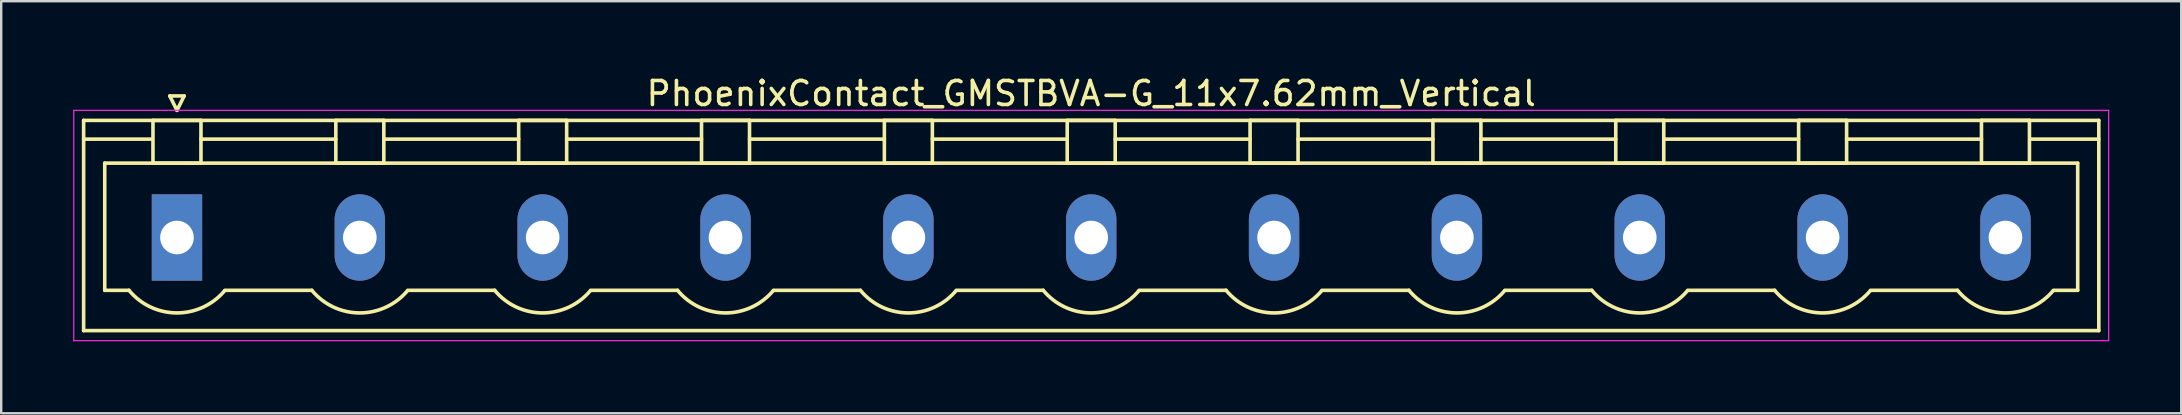
<source format=kicad_pcb>
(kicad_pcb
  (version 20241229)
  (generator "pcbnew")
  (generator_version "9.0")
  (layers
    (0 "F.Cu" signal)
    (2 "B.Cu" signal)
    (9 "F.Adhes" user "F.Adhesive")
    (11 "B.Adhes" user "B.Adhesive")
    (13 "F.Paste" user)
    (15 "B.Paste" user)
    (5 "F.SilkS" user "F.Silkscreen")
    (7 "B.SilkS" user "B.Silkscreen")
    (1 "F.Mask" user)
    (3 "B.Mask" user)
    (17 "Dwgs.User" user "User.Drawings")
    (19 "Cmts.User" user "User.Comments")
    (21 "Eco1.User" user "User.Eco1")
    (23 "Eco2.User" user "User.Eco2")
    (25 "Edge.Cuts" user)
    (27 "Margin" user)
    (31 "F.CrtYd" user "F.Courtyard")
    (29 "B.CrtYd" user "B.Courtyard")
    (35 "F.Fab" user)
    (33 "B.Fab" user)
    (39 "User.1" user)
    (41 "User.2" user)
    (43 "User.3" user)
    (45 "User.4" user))
  (footprint "PhoenixContact_GMSTBVA-G_11x7.62mm_Vertical"
    (layer "F.Cu")
    (at 4.325 6.848)
    (property "Reference" "PhoenixContact_GMSTBVA-G_11x7.62mm_Vertical" (at 38.1 -6 0) (layer "F.SilkS") (effects (font (size 1 1) (thickness 0.15))))
    (attr through_hole)
    (fp_line (start -3.89 -4.88) (end -3.89 3.88) (stroke (width 0.15) (type solid)) (layer "F.SilkS"))
    (fp_line (start -3.89 -4.1) (end -1.08 -4.1) (stroke (width 0.15) (type solid)) (layer "F.SilkS"))
    (fp_line (start -3.89 3.88) (end 80.09 3.88) (stroke (width 0.15) (type solid)) (layer "F.SilkS"))
    (fp_line (start -3.01 -3.1) (end 79.21 -3.1) (stroke (width 0.15) (type solid)) (layer "F.SilkS"))
    (fp_line (start -3.01 2.2) (end -3.01 -3.1) (stroke (width 0.15) (type solid)) (layer "F.SilkS"))
    (fp_line (start -2 2.2) (end -3.01 2.2) (stroke (width 0.15) (type solid)) (layer "F.SilkS"))
    (fp_line (start -1 -4.88) (end 1 -4.88) (stroke (width 0.15) (type solid)) (layer "F.SilkS"))
    (fp_line (start -1 -3.1) (end -1 -4.88) (stroke (width 0.15) (type solid)) (layer "F.SilkS"))
    (fp_line (start -0.3 -5.9) (end 0 -5.3) (stroke (width 0.15) (type solid)) (layer "F.SilkS"))
    (fp_line (start 0 -5.3) (end 0.3 -5.9) (stroke (width 0.15) (type solid)) (layer "F.SilkS"))
    (fp_line (start 0.3 -5.9) (end -0.3 -5.9) (stroke (width 0.15) (type solid)) (layer "F.SilkS"))
    (fp_line (start 1 -4.88) (end 1 -3.1) (stroke (width 0.15) (type solid)) (layer "F.SilkS"))
    (fp_line (start 1 -4.1) (end 6.62 -4.1) (stroke (width 0.15) (type solid)) (layer "F.SilkS"))
    (fp_line (start 1 -3.1) (end -1 -3.1) (stroke (width 0.15) (type solid)) (layer "F.SilkS"))
    (fp_line (start 2 2.2) (end 5.62 2.2) (stroke (width 0.15) (type solid)) (layer "F.SilkS"))
    (fp_line (start 6.62 -4.88) (end 8.62 -4.88) (stroke (width 0.15) (type solid)) (layer "F.SilkS"))
    (fp_line (start 6.62 -3.1) (end 6.62 -4.88) (stroke (width 0.15) (type solid)) (layer "F.SilkS"))
    (fp_line (start 8.62 -4.88) (end 8.62 -3.1) (stroke (width 0.15) (type solid)) (layer "F.SilkS"))
    (fp_line (start 8.62 -4.1) (end 14.24 -4.1) (stroke (width 0.15) (type solid)) (layer "F.SilkS"))
    (fp_line (start 8.62 -3.1) (end 6.62 -3.1) (stroke (width 0.15) (type solid)) (layer "F.SilkS"))
    (fp_line (start 9.62 2.2) (end 13.24 2.2) (stroke (width 0.15) (type solid)) (layer "F.SilkS"))
    (fp_line (start 14.24 -4.88) (end 16.24 -4.88) (stroke (width 0.15) (type solid)) (layer "F.SilkS"))
    (fp_line (start 14.24 -3.1) (end 14.24 -4.88) (stroke (width 0.15) (type solid)) (layer "F.SilkS"))
    (fp_line (start 16.24 -4.88) (end 16.24 -3.1) (stroke (width 0.15) (type solid)) (layer "F.SilkS"))
    (fp_line (start 16.24 -4.1) (end 21.86 -4.1) (stroke (width 0.15) (type solid)) (layer "F.SilkS"))
    (fp_line (start 16.24 -3.1) (end 14.24 -3.1) (stroke (width 0.15) (type solid)) (layer "F.SilkS"))
    (fp_line (start 17.24 2.2) (end 20.86 2.2) (stroke (width 0.15) (type solid)) (layer "F.SilkS"))
    (fp_line (start 21.86 -4.88) (end 23.86 -4.88) (stroke (width 0.15) (type solid)) (layer "F.SilkS"))
    (fp_line (start 21.86 -3.1) (end 21.86 -4.88) (stroke (width 0.15) (type solid)) (layer "F.SilkS"))
    (fp_line (start 23.86 -4.88) (end 23.86 -3.1) (stroke (width 0.15) (type solid)) (layer "F.SilkS"))
    (fp_line (start 23.86 -4.1) (end 29.48 -4.1) (stroke (width 0.15) (type solid)) (layer "F.SilkS"))
    (fp_line (start 23.86 -3.1) (end 21.86 -3.1) (stroke (width 0.15) (type solid)) (layer "F.SilkS"))
    (fp_line (start 24.86 2.2) (end 28.48 2.2) (stroke (width 0.15) (type solid)) (layer "F.SilkS"))
    (fp_line (start 29.48 -4.88) (end 31.48 -4.88) (stroke (width 0.15) (type solid)) (layer "F.SilkS"))
    (fp_line (start 29.48 -3.1) (end 29.48 -4.88) (stroke (width 0.15) (type solid)) (layer "F.SilkS"))
    (fp_line (start 31.48 -4.88) (end 31.48 -3.1) (stroke (width 0.15) (type solid)) (layer "F.SilkS"))
    (fp_line (start 31.48 -4.1) (end 37.1 -4.1) (stroke (width 0.15) (type solid)) (layer "F.SilkS"))
    (fp_line (start 31.48 -3.1) (end 29.48 -3.1) (stroke (width 0.15) (type solid)) (layer "F.SilkS"))
    (fp_line (start 32.48 2.2) (end 36.1 2.2) (stroke (width 0.15) (type solid)) (layer "F.SilkS"))
    (fp_line (start 37.1 -4.88) (end 39.1 -4.88) (stroke (width 0.15) (type solid)) (layer "F.SilkS"))
    (fp_line (start 37.1 -3.1) (end 37.1 -4.88) (stroke (width 0.15) (type solid)) (layer "F.SilkS"))
    (fp_line (start 39.1 -4.88) (end 39.1 -3.1) (stroke (width 0.15) (type solid)) (layer "F.SilkS"))
    (fp_line (start 39.1 -4.1) (end 44.72 -4.1) (stroke (width 0.15) (type solid)) (layer "F.SilkS"))
    (fp_line (start 39.1 -3.1) (end 37.1 -3.1) (stroke (width 0.15) (type solid)) (layer "F.SilkS"))
    (fp_line (start 40.1 2.2) (end 43.72 2.2) (stroke (width 0.15) (type solid)) (layer "F.SilkS"))
    (fp_line (start 44.72 -4.88) (end 46.72 -4.88) (stroke (width 0.15) (type solid)) (layer "F.SilkS"))
    (fp_line (start 44.72 -3.1) (end 44.72 -4.88) (stroke (width 0.15) (type solid)) (layer "F.SilkS"))
    (fp_line (start 46.72 -4.88) (end 46.72 -3.1) (stroke (width 0.15) (type solid)) (layer "F.SilkS"))
    (fp_line (start 46.72 -4.1) (end 52.34 -4.1) (stroke (width 0.15) (type solid)) (layer "F.SilkS"))
    (fp_line (start 46.72 -3.1) (end 44.72 -3.1) (stroke (width 0.15) (type solid)) (layer "F.SilkS"))
    (fp_line (start 47.72 2.2) (end 51.34 2.2) (stroke (width 0.15) (type solid)) (layer "F.SilkS"))
    (fp_line (start 52.34 -4.88) (end 54.34 -4.88) (stroke (width 0.15) (type solid)) (layer "F.SilkS"))
    (fp_line (start 52.34 -3.1) (end 52.34 -4.88) (stroke (width 0.15) (type solid)) (layer "F.SilkS"))
    (fp_line (start 54.34 -4.88) (end 54.34 -3.1) (stroke (width 0.15) (type solid)) (layer "F.SilkS"))
    (fp_line (start 54.34 -4.1) (end 59.96 -4.1) (stroke (width 0.15) (type solid)) (layer "F.SilkS"))
    (fp_line (start 54.34 -3.1) (end 52.34 -3.1) (stroke (width 0.15) (type solid)) (layer "F.SilkS"))
    (fp_line (start 55.34 2.2) (end 58.96 2.2) (stroke (width 0.15) (type solid)) (layer "F.SilkS"))
    (fp_line (start 59.96 -4.88) (end 61.96 -4.88) (stroke (width 0.15) (type solid)) (layer "F.SilkS"))
    (fp_line (start 59.96 -3.1) (end 59.96 -4.88) (stroke (width 0.15) (type solid)) (layer "F.SilkS"))
    (fp_line (start 61.96 -4.88) (end 61.96 -3.1) (stroke (width 0.15) (type solid)) (layer "F.SilkS"))
    (fp_line (start 61.96 -4.1) (end 67.58 -4.1) (stroke (width 0.15) (type solid)) (layer "F.SilkS"))
    (fp_line (start 61.96 -3.1) (end 59.96 -3.1) (stroke (width 0.15) (type solid)) (layer "F.SilkS"))
    (fp_line (start 62.96 2.2) (end 66.58 2.2) (stroke (width 0.15) (type solid)) (layer "F.SilkS"))
    (fp_line (start 67.58 -4.88) (end 69.58 -4.88) (stroke (width 0.15) (type solid)) (layer "F.SilkS"))
    (fp_line (start 67.58 -3.1) (end 67.58 -4.88) (stroke (width 0.15) (type solid)) (layer "F.SilkS"))
    (fp_line (start 69.58 -4.88) (end 69.58 -3.1) (stroke (width 0.15) (type solid)) (layer "F.SilkS"))
    (fp_line (start 69.58 -4.1) (end 75.2 -4.1) (stroke (width 0.15) (type solid)) (layer "F.SilkS"))
    (fp_line (start 69.58 -3.1) (end 67.58 -3.1) (stroke (width 0.15) (type solid)) (layer "F.SilkS"))
    (fp_line (start 70.58 2.2) (end 74.2 2.2) (stroke (width 0.15) (type solid)) (layer "F.SilkS"))
    (fp_line (start 75.2 -4.88) (end 77.2 -4.88) (stroke (width 0.15) (type solid)) (layer "F.SilkS"))
    (fp_line (start 75.2 -3.1) (end 75.2 -4.88) (stroke (width 0.15) (type solid)) (layer "F.SilkS"))
    (fp_line (start 77.2 -4.88) (end 77.2 -3.1) (stroke (width 0.15) (type solid)) (layer "F.SilkS"))
    (fp_line (start 77.2 -3.1) (end 75.2 -3.1) (stroke (width 0.15) (type solid)) (layer "F.SilkS"))
    (fp_line (start 79.21 -3.1) (end 79.21 2.2) (stroke (width 0.15) (type solid)) (layer "F.SilkS"))
    (fp_line (start 79.21 2.2) (end 78.2 2.2) (stroke (width 0.15) (type solid)) (layer "F.SilkS"))
    (fp_line (start 80.09 -4.88) (end -3.89 -4.88) (stroke (width 0.15) (type solid)) (layer "F.SilkS"))
    (fp_line (start 80.09 -4.1) (end 77.28 -4.1) (stroke (width 0.15) (type solid)) (layer "F.SilkS"))
    (fp_line (start 80.09 3.88) (end 80.09 -4.88) (stroke (width 0.15) (type solid)) (layer "F.SilkS"))
    (fp_arc (start 1.986842 2.215821) (mid -0.010289 3.142758) (end -2 2.2) (stroke (width 0.15) (type solid)) (layer "F.SilkS"))
    (fp_arc (start 9.606842 2.215821) (mid 7.609711 3.142758) (end 5.62 2.2) (stroke (width 0.15) (type solid)) (layer "F.SilkS"))
    (fp_arc (start 17.226842 2.215821) (mid 15.229711 3.142758) (end 13.24 2.2) (stroke (width 0.15) (type solid)) (layer "F.SilkS"))
    (fp_arc (start 24.846842 2.215821) (mid 22.849711 3.142758) (end 20.86 2.2) (stroke (width 0.15) (type solid)) (layer "F.SilkS"))
    (fp_arc (start 32.466842 2.215821) (mid 30.469711 3.142758) (end 28.48 2.2) (stroke (width 0.15) (type solid)) (layer "F.SilkS"))
    (fp_arc (start 40.086842 2.215821) (mid 38.089711 3.142758) (end 36.1 2.2) (stroke (width 0.15) (type solid)) (layer "F.SilkS"))
    (fp_arc (start 47.706842 2.215821) (mid 45.709711 3.142758) (end 43.72 2.2) (stroke (width 0.15) (type solid)) (layer "F.SilkS"))
    (fp_arc (start 55.326842 2.215821) (mid 53.329711 3.142758) (end 51.34 2.2) (stroke (width 0.15) (type solid)) (layer "F.SilkS"))
    (fp_arc (start 62.946842 2.215821) (mid 60.949711 3.142758) (end 58.96 2.2) (stroke (width 0.15) (type solid)) (layer "F.SilkS"))
    (fp_arc (start 70.566842 2.215821) (mid 68.569711 3.142758) (end 66.58 2.2) (stroke (width 0.15) (type solid)) (layer "F.SilkS"))
    (fp_arc (start 78.186842 2.215821) (mid 76.189711 3.142758) (end 74.2 2.2) (stroke (width 0.15) (type solid)) (layer "F.SilkS"))
    (fp_line (start -4.3 -5.3) (end -4.3 4.3) (stroke (width 0.05) (type solid)) (layer "F.CrtYd"))
    (fp_line (start -4.3 4.3) (end 80.5 4.3) (stroke (width 0.05) (type solid)) (layer "F.CrtYd"))
    (fp_line (start 80.5 -5.3) (end -4.3 -5.3) (stroke (width 0.05) (type solid)) (layer "F.CrtYd"))
    (fp_line (start 80.5 4.3) (end 80.5 -5.3) (stroke (width 0.05) (type solid)) (layer "F.CrtYd"))
    (pad "1" thru_hole rect (at 0 0) (size 2.1 3.6) (drill 1.4) (layers "*.Cu" "*.Mask"))
    (pad "2" thru_hole oval (at 7.62 0) (size 2.1 3.6) (drill 1.4) (layers "*.Cu" "*.Mask"))
    (pad "3" thru_hole oval (at 15.24 0) (size 2.1 3.6) (drill 1.4) (layers "*.Cu" "*.Mask"))
    (pad "4" thru_hole oval (at 22.86 0) (size 2.1 3.6) (drill 1.4) (layers "*.Cu" "*.Mask"))
    (pad "5" thru_hole oval (at 30.48 0) (size 2.1 3.6) (drill 1.4) (layers "*.Cu" "*.Mask"))
    (pad "6" thru_hole oval (at 38.1 0) (size 2.1 3.6) (drill 1.4) (layers "*.Cu" "*.Mask"))
    (pad "7" thru_hole oval (at 45.72 0) (size 2.1 3.6) (drill 1.4) (layers "*.Cu" "*.Mask"))
    (pad "8" thru_hole oval (at 53.34 0) (size 2.1 3.6) (drill 1.4) (layers "*.Cu" "*.Mask"))
    (pad "9" thru_hole oval (at 60.96 0) (size 2.1 3.6) (drill 1.4) (layers "*.Cu" "*.Mask"))
    (pad "10" thru_hole oval (at 68.58 0) (size 2.1 3.6) (drill 1.4) (layers "*.Cu" "*.Mask"))
    (pad "11" thru_hole oval (at 76.2 0) (size 2.1 3.6) (drill 1.4) (layers "*.Cu" "*.Mask")))
  (gr_rect
    (start -3 -3)
    (end 87.85 14.173)
    (stroke (width 0.1) (type default))
    (fill no)
    (layer "Edge.Cuts")))
</source>
